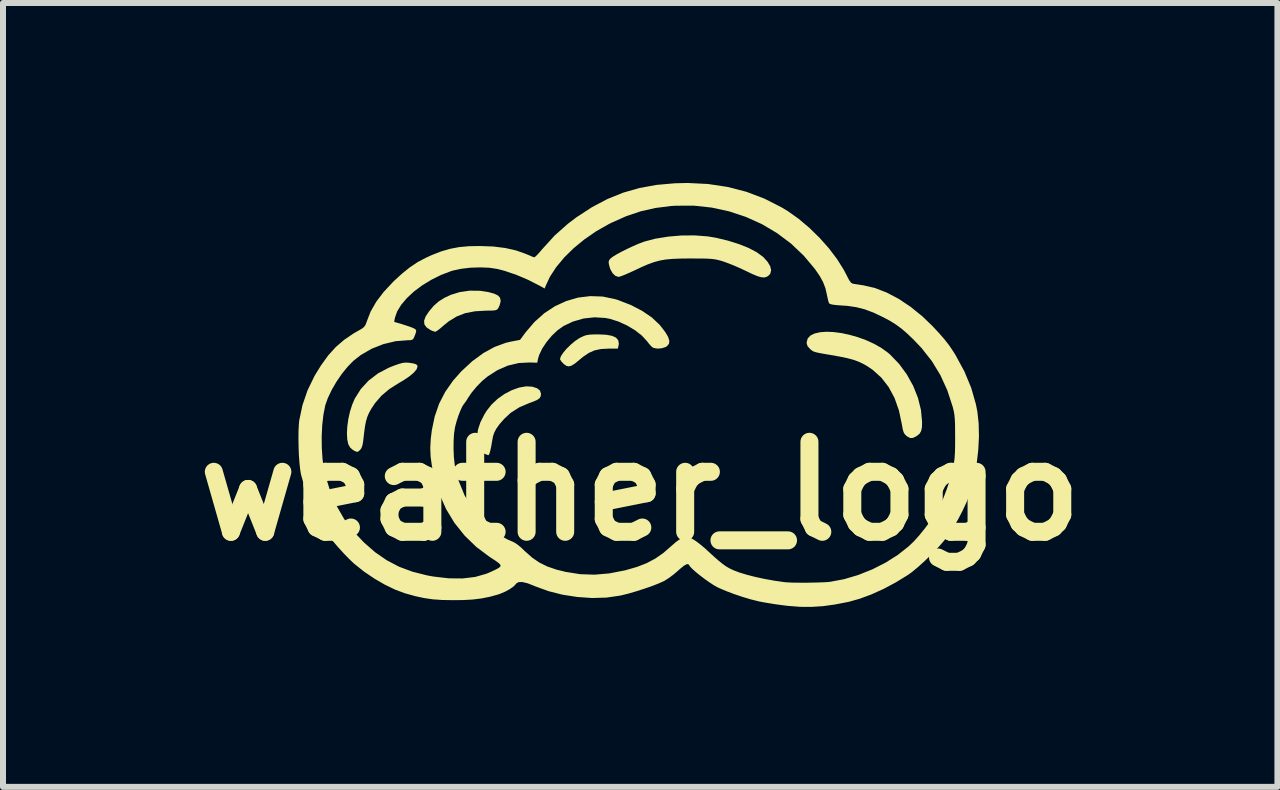
<source format=kicad_pcb>
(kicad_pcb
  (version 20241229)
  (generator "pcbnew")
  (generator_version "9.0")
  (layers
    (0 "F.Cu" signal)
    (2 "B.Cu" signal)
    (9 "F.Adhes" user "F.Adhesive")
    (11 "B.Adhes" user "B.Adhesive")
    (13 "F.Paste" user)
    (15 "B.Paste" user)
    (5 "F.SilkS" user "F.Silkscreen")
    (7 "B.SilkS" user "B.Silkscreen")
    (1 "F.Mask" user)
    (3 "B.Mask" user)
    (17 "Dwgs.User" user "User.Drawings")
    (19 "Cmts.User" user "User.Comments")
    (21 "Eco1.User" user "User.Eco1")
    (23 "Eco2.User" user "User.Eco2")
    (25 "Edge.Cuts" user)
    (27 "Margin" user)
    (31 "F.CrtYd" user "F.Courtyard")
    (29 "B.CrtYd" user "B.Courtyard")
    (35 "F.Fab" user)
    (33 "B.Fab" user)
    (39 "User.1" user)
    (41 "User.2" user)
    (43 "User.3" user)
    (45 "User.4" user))
  (footprint "weather_logo"
    (layer "F.Cu")
    (at 7.621 5.136)
    (property "Reference" "weather_logo" (at 0 0 0) (layer "F.SilkS") (effects (font (size 1.5 1.5) (thickness 0.3))))
    (attr board_only exclude_from_pos_files exclude_from_bom)
    (fp_poly (pts (xy -0.695 -2.612) (xy -0.566 -2.606) (xy -0.469 -2.588) (xy -0.403 -2.558) (xy -0.366 -2.515) (xy -0.356 -2.457) (xy -0.361 -2.426) (xy -0.372 -2.375) (xy -0.528 -2.375) (xy -0.654 -2.368) (xy -0.76 -2.346) (xy -0.857 -2.303) (xy -0.954 -2.237) (xy -1.013 -2.188) (xy -1.087 -2.127) (xy -1.144 -2.091) (xy -1.19 -2.079) (xy -1.231 -2.088) (xy -1.273 -2.118) (xy -1.282 -2.127) (xy -1.316 -2.164) (xy -1.335 -2.194) (xy -1.336 -2.201) (xy -1.322 -2.247) (xy -1.284 -2.305) (xy -1.229 -2.371) (xy -1.162 -2.437) (xy -1.091 -2.497) (xy -1.02 -2.546) (xy -0.99 -2.562) (xy -0.941 -2.585) (xy -0.899 -2.599) (xy -0.852 -2.607) (xy -0.791 -2.611) (xy -0.705 -2.612)) (stroke (width 0) (type solid)) (fill yes) (layer "F.SilkS"))
    (fp_poly (pts (xy -2.67 -3.339) (xy -2.529 -3.317) (xy -2.434 -3.291) (xy -2.371 -3.261) (xy -2.336 -3.223) (xy -2.326 -3.175) (xy -2.328 -3.153) (xy -2.343 -3.097) (xy -2.365 -3.05) (xy -2.38 -3.031) (xy -2.399 -3.019) (xy -2.429 -3.012) (xy -2.478 -3.009) (xy -2.553 -3.008) (xy -2.573 -3.008) (xy -2.756 -2.997) (xy -2.916 -2.966) (xy -3.059 -2.911) (xy -3.191 -2.83) (xy -3.283 -2.755) (xy -3.336 -2.709) (xy -3.381 -2.675) (xy -3.41 -2.657) (xy -3.415 -2.656) (xy -3.446 -2.664) (xy -3.49 -2.682) (xy -3.492 -2.683) (xy -3.56 -2.728) (xy -3.597 -2.779) (xy -3.602 -2.839) (xy -3.576 -2.911) (xy -3.522 -2.993) (xy -3.441 -3.089) (xy -3.357 -3.163) (xy -3.257 -3.225) (xy -3.155 -3.272) (xy -3.006 -3.318) (xy -2.841 -3.341)) (stroke (width 0) (type solid)) (fill yes) (layer "F.SilkS"))
    (fp_poly (pts (xy -1.795 -1.74) (xy -1.793 -1.739) (xy -1.716 -1.713) (xy -1.67 -1.675) (xy -1.654 -1.623) (xy -1.653 -1.617) (xy -1.659 -1.578) (xy -1.679 -1.547) (xy -1.719 -1.519) (xy -1.784 -1.491) (xy -1.846 -1.469) (xy -2.014 -1.397) (xy -2.161 -1.303) (xy -2.269 -1.202) (xy -2.344 -1.116) (xy -2.396 -1.044) (xy -2.431 -0.979) (xy -2.453 -0.913) (xy -2.465 -0.85) (xy -2.482 -0.75) (xy -2.499 -0.671) (xy -2.514 -0.62) (xy -2.528 -0.599) (xy -2.529 -0.598) (xy -2.552 -0.605) (xy -2.593 -0.622) (xy -2.613 -0.631) (xy -2.669 -0.666) (xy -2.704 -0.712) (xy -2.722 -0.777) (xy -2.724 -0.867) (xy -2.722 -0.902) (xy -2.703 -1.027) (xy -2.663 -1.148) (xy -2.599 -1.274) (xy -2.56 -1.338) (xy -2.477 -1.443) (xy -2.376 -1.538) (xy -2.261 -1.619) (xy -2.139 -1.683) (xy -2.017 -1.726) (xy -1.9 -1.746)) (stroke (width 0) (type solid)) (fill yes) (layer "F.SilkS"))
    (fp_poly (pts (xy -3.861 -2.14) (xy -3.852 -2.139) (xy -3.781 -2.128) (xy -3.738 -2.115) (xy -3.717 -2.099) (xy -3.712 -2.075) (xy -3.711 -2.074) (xy -3.728 -2.029) (xy -3.774 -1.974) (xy -3.848 -1.912) (xy -3.948 -1.845) (xy -4.02 -1.803) (xy -4.18 -1.702) (xy -4.311 -1.592) (xy -4.419 -1.467) (xy -4.482 -1.372) (xy -4.52 -1.304) (xy -4.549 -1.236) (xy -4.571 -1.162) (xy -4.588 -1.072) (xy -4.603 -0.958) (xy -4.609 -0.906) (xy -4.619 -0.819) (xy -4.631 -0.759) (xy -4.646 -0.718) (xy -4.665 -0.691) (xy -4.695 -0.662) (xy -4.717 -0.654) (xy -4.75 -0.664) (xy -4.758 -0.668) (xy -4.794 -0.69) (xy -4.834 -0.726) (xy -4.836 -0.728) (xy -4.866 -0.783) (xy -4.883 -0.863) (xy -4.888 -0.964) (xy -4.882 -1.078) (xy -4.865 -1.2) (xy -4.838 -1.322) (xy -4.801 -1.439) (xy -4.757 -1.542) (xy -4.656 -1.702) (xy -4.527 -1.842) (xy -4.372 -1.961) (xy -4.19 -2.057) (xy -4.101 -2.092) (xy -4.018 -2.121) (xy -3.958 -2.137) (xy -3.909 -2.142)) (stroke (width 0) (type solid)) (fill yes) (layer "F.SilkS"))
    (fp_poly (pts (xy 3.225 -2.651) (xy 3.354 -2.634) (xy 3.49 -2.605) (xy 3.627 -2.566) (xy 3.763 -2.517) (xy 3.894 -2.457) (xy 4.016 -2.389) (xy 4.125 -2.311) (xy 4.167 -2.275) (xy 4.317 -2.119) (xy 4.445 -1.944) (xy 4.551 -1.753) (xy 4.63 -1.555) (xy 4.68 -1.353) (xy 4.699 -1.153) (xy 4.699 -1.153) (xy 4.697 -1.064) (xy 4.683 -1.001) (xy 4.656 -0.955) (xy 4.611 -0.919) (xy 4.603 -0.914) (xy 4.546 -0.886) (xy 4.5 -0.885) (xy 4.452 -0.91) (xy 4.436 -0.923) (xy 4.409 -0.95) (xy 4.391 -0.982) (xy 4.377 -1.029) (xy 4.364 -1.1) (xy 4.362 -1.112) (xy 4.313 -1.344) (xy 4.24 -1.552) (xy 4.142 -1.734) (xy 4.021 -1.89) (xy 3.877 -2.02) (xy 3.786 -2.082) (xy 3.708 -2.126) (xy 3.631 -2.161) (xy 3.547 -2.191) (xy 3.448 -2.217) (xy 3.326 -2.242) (xy 3.224 -2.261) (xy 3.109 -2.28) (xy 3.023 -2.295) (xy 2.961 -2.307) (xy 2.918 -2.318) (xy 2.889 -2.328) (xy 2.867 -2.34) (xy 2.848 -2.355) (xy 2.829 -2.372) (xy 2.79 -2.416) (xy 2.776 -2.461) (xy 2.775 -2.482) (xy 2.793 -2.545) (xy 2.838 -2.593) (xy 2.907 -2.627) (xy 2.998 -2.648) (xy 3.105 -2.656)) (stroke (width 0) (type solid)) (fill yes) (layer "F.SilkS"))
    (fp_poly (pts (xy 1.123 -4.246) (xy 1.262 -4.223) (xy 1.466 -4.174) (xy 1.65 -4.116) (xy 1.811 -4.051) (xy 1.944 -3.981) (xy 2.046 -3.906) (xy 2.052 -3.901) (xy 2.123 -3.823) (xy 2.167 -3.749) (xy 2.183 -3.682) (xy 2.169 -3.625) (xy 2.148 -3.599) (xy 2.112 -3.573) (xy 2.071 -3.561) (xy 2.021 -3.564) (xy 1.957 -3.582) (xy 1.872 -3.617) (xy 1.768 -3.667) (xy 1.669 -3.714) (xy 1.565 -3.759) (xy 1.467 -3.798) (xy 1.387 -3.827) (xy 1.381 -3.829) (xy 1.327 -3.845) (xy 1.279 -3.857) (xy 1.232 -3.865) (xy 1.179 -3.871) (xy 1.114 -3.875) (xy 1.03 -3.877) (xy 0.921 -3.877) (xy 0.844 -3.878) (xy 0.681 -3.876) (xy 0.546 -3.871) (xy 0.43 -3.861) (xy 0.327 -3.843) (xy 0.228 -3.816) (xy 0.126 -3.779) (xy 0.014 -3.73) (xy -0.083 -3.684) (xy -0.17 -3.644) (xy -0.248 -3.61) (xy -0.311 -3.585) (xy -0.353 -3.572) (xy -0.361 -3.571) (xy -0.412 -3.587) (xy -0.46 -3.632) (xy -0.497 -3.698) (xy -0.507 -3.726) (xy -0.523 -3.788) (xy -0.525 -3.829) (xy -0.51 -3.86) (xy -0.488 -3.883) (xy -0.448 -3.912) (xy -0.383 -3.951) (xy -0.3 -3.996) (xy -0.207 -4.042) (xy -0.112 -4.086) (xy -0.022 -4.125) (xy 0.055 -4.154) (xy 0.065 -4.158) (xy 0.256 -4.208) (xy 0.468 -4.242) (xy 0.69 -4.261) (xy 0.912 -4.262)) (stroke (width 0) (type solid)) (fill yes) (layer "F.SilkS"))
    (fp_poly (pts (xy 1.131 -5.119) (xy 1.457 -5.07) (xy 1.771 -4.989) (xy 2.071 -4.875) (xy 2.356 -4.73) (xy 2.462 -4.666) (xy 2.642 -4.538) (xy 2.819 -4.389) (xy 2.989 -4.223) (xy 3.145 -4.048) (xy 3.281 -3.868) (xy 3.393 -3.69) (xy 3.443 -3.594) (xy 3.481 -3.52) (xy 3.513 -3.476) (xy 3.54 -3.458) (xy 3.542 -3.458) (xy 3.577 -3.452) (xy 3.635 -3.443) (xy 3.705 -3.432) (xy 3.72 -3.43) (xy 3.912 -3.386) (xy 4.11 -3.309) (xy 4.31 -3.204) (xy 4.51 -3.07) (xy 4.705 -2.912) (xy 4.872 -2.751) (xy 4.984 -2.631) (xy 5.075 -2.526) (xy 5.152 -2.427) (xy 5.221 -2.324) (xy 5.256 -2.268) (xy 5.404 -1.995) (xy 5.518 -1.721) (xy 5.596 -1.448) (xy 5.621 -1.32) (xy 5.642 -1.126) (xy 5.647 -0.91) (xy 5.635 -0.681) (xy 5.608 -0.45) (xy 5.567 -0.224) (xy 5.513 -0.012) (xy 5.49 0.06) (xy 5.441 0.184) (xy 5.375 0.325) (xy 5.299 0.472) (xy 5.216 0.614) (xy 5.14 0.73) (xy 5.065 0.827) (xy 4.97 0.936) (xy 4.861 1.05) (xy 4.746 1.162) (xy 4.632 1.265) (xy 4.527 1.352) (xy 4.459 1.4) (xy 4.264 1.52) (xy 4.06 1.629) (xy 3.857 1.721) (xy 3.66 1.794) (xy 3.479 1.845) (xy 3.47 1.847) (xy 3.248 1.89) (xy 3.047 1.918) (xy 2.856 1.93) (xy 2.664 1.929) (xy 2.462 1.913) (xy 2.349 1.899) (xy 2.246 1.885) (xy 2.142 1.868) (xy 2.048 1.852) (xy 1.977 1.838) (xy 1.973 1.837) (xy 1.845 1.805) (xy 1.704 1.763) (xy 1.562 1.715) (xy 1.43 1.665) (xy 1.318 1.617) (xy 1.289 1.603) (xy 1.226 1.568) (xy 1.153 1.52) (xy 1.074 1.464) (xy 0.996 1.405) (xy 0.926 1.348) (xy 0.869 1.297) (xy 0.831 1.257) (xy 0.82 1.24) (xy 0.803 1.218) (xy 0.775 1.219) (xy 0.732 1.242) (xy 0.671 1.291) (xy 0.627 1.33) (xy 0.558 1.389) (xy 0.483 1.445) (xy 0.415 1.489) (xy 0.396 1.5) (xy 0.309 1.539) (xy 0.197 1.583) (xy 0.069 1.627) (xy -0.064 1.67) (xy -0.194 1.708) (xy -0.311 1.737) (xy -0.34 1.743) (xy -0.562 1.775) (xy -0.801 1.782) (xy -1.048 1.765) (xy -1.294 1.727) (xy -1.531 1.667) (xy -1.752 1.586) (xy -1.763 1.581) (xy -1.875 1.537) (xy -1.961 1.516) (xy -2.024 1.516) (xy -2.065 1.539) (xy -2.072 1.549) (xy -2.111 1.59) (xy -2.175 1.635) (xy -2.254 1.678) (xy -2.341 1.714) (xy -2.37 1.724) (xy -2.508 1.762) (xy -2.644 1.789) (xy -2.788 1.807) (xy -2.949 1.816) (xy -3.122 1.818) (xy -3.3 1.815) (xy -3.456 1.804) (xy -3.6 1.783) (xy -3.745 1.752) (xy -3.904 1.708) (xy -3.923 1.703) (xy -4.083 1.643) (xy -4.255 1.56) (xy -4.431 1.458) (xy -4.601 1.343) (xy -4.757 1.219) (xy -4.776 1.203) (xy -4.849 1.133) (xy -4.936 1.044) (xy -5.028 0.943) (xy -5.118 0.839) (xy -5.198 0.741) (xy -5.257 0.663) (xy -5.332 0.544) (xy -5.407 0.4) (xy -5.481 0.237) (xy -5.548 0.066) (xy -5.606 -0.106) (xy -5.651 -0.269) (xy -5.656 -0.29) (xy -5.669 -0.371) (xy -5.68 -0.479) (xy -5.689 -0.604) (xy -5.694 -0.738) (xy -5.696 -0.872) (xy -5.696 -0.91) (xy -5.309 -0.91) (xy -5.307 -0.72) (xy -5.295 -0.536) (xy -5.273 -0.37) (xy -5.252 -0.275) (xy -5.169 -0.006) (xy -5.065 0.238) (xy -4.937 0.461) (xy -4.782 0.668) (xy -4.606 0.855) (xy -4.418 1.019) (xy -4.224 1.153) (xy -4.018 1.261) (xy -3.794 1.344) (xy -3.548 1.406) (xy -3.441 1.425) (xy -3.189 1.454) (xy -2.959 1.456) (xy -2.751 1.431) (xy -2.565 1.378) (xy -2.498 1.35) (xy -2.414 1.311) (xy -2.358 1.281) (xy -2.329 1.256) (xy -2.329 1.231) (xy -2.356 1.201) (xy -2.411 1.161) (xy -2.495 1.106) (xy -2.508 1.098) (xy -2.731 0.931) (xy -2.926 0.742) (xy -3.095 0.531) (xy -3.235 0.3) (xy -3.347 0.047) (xy -3.432 -0.227) (xy -3.472 -0.421) (xy -3.493 -0.573) (xy -3.499 -0.717) (xy -3.491 -0.868) (xy -3.473 -1.014) (xy -3.425 -1.244) (xy -3.352 -1.456) (xy -3.251 -1.652) (xy -3.12 -1.84) (xy -2.98 -1.998) (xy -2.799 -2.165) (xy -2.615 -2.3) (xy -2.427 -2.403) (xy -2.239 -2.472) (xy -2.158 -2.491) (xy -2.002 -2.521) (xy -1.91 -2.646) (xy -1.762 -2.819) (xy -1.598 -2.965) (xy -1.42 -3.082) (xy -1.23 -3.169) (xy -1.033 -3.226) (xy -0.831 -3.25) (xy -0.626 -3.243) (xy -0.422 -3.201) (xy -0.37 -3.185) (xy -0.153 -3.101) (xy 0.035 -3.003) (xy 0.195 -2.894) (xy 0.323 -2.773) (xy 0.342 -2.75) (xy 0.418 -2.651) (xy 0.466 -2.57) (xy 0.486 -2.506) (xy 0.48 -2.455) (xy 0.447 -2.416) (xy 0.423 -2.401) (xy 0.36 -2.381) (xy 0.289 -2.375) (xy 0.226 -2.386) (xy 0.212 -2.392) (xy 0.184 -2.415) (xy 0.146 -2.457) (xy 0.114 -2.499) (xy 0.028 -2.592) (xy -0.085 -2.681) (xy -0.217 -2.76) (xy -0.359 -2.825) (xy -0.504 -2.871) (xy -0.581 -2.886) (xy -0.761 -2.897) (xy -0.944 -2.877) (xy -1.121 -2.826) (xy -1.277 -2.752) (xy -1.377 -2.681) (xy -1.474 -2.589) (xy -1.561 -2.484) (xy -1.634 -2.374) (xy -1.685 -2.266) (xy -1.703 -2.205) (xy -1.716 -2.14) (xy -1.841 -2.144) (xy -2.025 -2.135) (xy -2.202 -2.093) (xy -2.374 -2.019) (xy -2.542 -1.912) (xy -2.634 -1.836) (xy -2.727 -1.741) (xy -2.81 -1.641) (xy -2.867 -1.557) (xy -2.899 -1.505) (xy -2.931 -1.461) (xy -2.939 -1.451) (xy -2.966 -1.409) (xy -2.997 -1.342) (xy -3.029 -1.259) (xy -3.059 -1.168) (xy -3.083 -1.079) (xy -3.088 -1.055) (xy -3.103 -0.954) (xy -3.11 -0.83) (xy -3.111 -0.696) (xy -3.105 -0.563) (xy -3.092 -0.443) (xy -3.086 -0.405) (xy -3.022 -0.161) (xy -2.927 0.071) (xy -2.801 0.287) (xy -2.8 0.288) (xy -2.7 0.417) (xy -2.584 0.54) (xy -2.458 0.65) (xy -2.329 0.742) (xy -2.204 0.81) (xy -2.165 0.826) (xy -2.108 0.851) (xy -2.053 0.885) (xy -1.993 0.934) (xy -1.919 1.004) (xy -1.913 1.009) (xy -1.798 1.111) (xy -1.679 1.192) (xy -1.547 1.257) (xy -1.395 1.309) (xy -1.24 1.347) (xy -1 1.385) (xy -0.76 1.393) (xy -0.515 1.372) (xy -0.257 1.322) (xy -0.242 1.318) (xy -0.054 1.264) (xy 0.106 1.202) (xy 0.25 1.126) (xy 0.384 1.033) (xy 0.514 0.92) (xy 0.597 0.848) (xy 0.667 0.798) (xy 0.719 0.772) (xy 0.761 0.762) (xy 0.795 0.764) (xy 0.836 0.779) (xy 0.881 0.803) (xy 0.931 0.835) (xy 0.998 0.886) (xy 1.071 0.946) (xy 1.133 1.003) (xy 1.231 1.093) (xy 1.31 1.162) (xy 1.376 1.215) (xy 1.435 1.257) (xy 1.493 1.29) (xy 1.552 1.318) (xy 1.648 1.355) (xy 1.772 1.393) (xy 1.916 1.43) (xy 2.073 1.464) (xy 2.234 1.493) (xy 2.393 1.516) (xy 2.419 1.519) (xy 2.478 1.523) (xy 2.565 1.526) (xy 2.669 1.527) (xy 2.783 1.527) (xy 2.897 1.525) (xy 3.004 1.522) (xy 3.094 1.518) (xy 3.16 1.513) (xy 3.166 1.512) (xy 3.4 1.468) (xy 3.636 1.398) (xy 3.869 1.305) (xy 4.09 1.193) (xy 4.294 1.064) (xy 4.474 0.922) (xy 4.562 0.838) (xy 4.654 0.735) (xy 4.751 0.615) (xy 4.844 0.489) (xy 4.926 0.366) (xy 4.989 0.256) (xy 4.991 0.253) (xy 5.051 0.124) (xy 5.109 -0.027) (xy 5.162 -0.188) (xy 5.206 -0.347) (xy 5.219 -0.405) (xy 5.231 -0.471) (xy 5.24 -0.543) (xy 5.246 -0.627) (xy 5.249 -0.73) (xy 5.25 -0.86) (xy 5.25 -0.906) (xy 5.249 -1.032) (xy 5.248 -1.129) (xy 5.244 -1.205) (xy 5.238 -1.267) (xy 5.23 -1.321) (xy 5.217 -1.375) (xy 5.209 -1.406) (xy 5.119 -1.681) (xy 5.004 -1.933) (xy 4.862 -2.167) (xy 4.689 -2.386) (xy 4.554 -2.528) (xy 4.448 -2.629) (xy 4.355 -2.709) (xy 4.265 -2.775) (xy 4.168 -2.836) (xy 4.054 -2.897) (xy 4.051 -2.898) (xy 3.89 -2.975) (xy 3.743 -3.03) (xy 3.6 -3.066) (xy 3.451 -3.088) (xy 3.372 -3.093) (xy 3.275 -3.1) (xy 3.208 -3.108) (xy 3.168 -3.118) (xy 3.149 -3.13) (xy 3.149 -3.13) (xy 3.138 -3.16) (xy 3.125 -3.213) (xy 3.113 -3.27) (xy 3.088 -3.381) (xy 3.049 -3.483) (xy 2.992 -3.587) (xy 2.913 -3.702) (xy 2.726 -3.925) (xy 2.515 -4.125) (xy 2.282 -4.3) (xy 2.031 -4.449) (xy 1.763 -4.57) (xy 1.483 -4.663) (xy 1.192 -4.726) (xy 0.894 -4.758) (xy 0.591 -4.757) (xy 0.512 -4.752) (xy 0.252 -4.719) (xy 0.006 -4.663) (xy -0.234 -4.582) (xy -0.478 -4.473) (xy -0.528 -4.448) (xy -0.737 -4.329) (xy -0.932 -4.194) (xy -1.11 -4.048) (xy -1.267 -3.893) (xy -1.4 -3.733) (xy -1.505 -3.572) (xy -1.577 -3.417) (xy -1.592 -3.377) (xy -1.671 -3.421) (xy -1.867 -3.521) (xy -2.067 -3.606) (xy -2.262 -3.672) (xy -2.381 -3.703) (xy -2.514 -3.723) (xy -2.667 -3.729) (xy -2.827 -3.724) (xy -2.981 -3.706) (xy -3.117 -3.677) (xy -3.149 -3.668) (xy -3.319 -3.603) (xy -3.482 -3.522) (xy -3.634 -3.429) (xy -3.771 -3.327) (xy -3.888 -3.218) (xy -3.983 -3.106) (xy -4.051 -2.995) (xy -4.089 -2.887) (xy -4.089 -2.883) (xy -4.101 -2.821) (xy -3.946 -2.775) (xy -3.873 -2.751) (xy -3.81 -2.729) (xy -3.767 -2.71) (xy -3.757 -2.704) (xy -3.738 -2.687) (xy -3.733 -2.668) (xy -3.741 -2.636) (xy -3.755 -2.597) (xy -3.775 -2.549) (xy -3.795 -2.525) (xy -3.826 -2.516) (xy -3.871 -2.515) (xy -4.076 -2.499) (xy -4.28 -2.45) (xy -4.476 -2.373) (xy -4.656 -2.269) (xy -4.779 -2.173) (xy -4.874 -2.076) (xy -4.971 -1.957) (xy -5.062 -1.824) (xy -5.142 -1.686) (xy -5.206 -1.552) (xy -5.249 -1.431) (xy -5.25 -1.426) (xy -5.28 -1.273) (xy -5.3 -1.098) (xy -5.309 -0.91) (xy -5.696 -0.91) (xy -5.695 -0.998) (xy -5.69 -1.106) (xy -5.683 -1.179) (xy -5.629 -1.433) (xy -5.545 -1.679) (xy -5.428 -1.92) (xy -5.32 -2.096) (xy -5.199 -2.263) (xy -5.073 -2.402) (xy -4.935 -2.521) (xy -4.776 -2.629) (xy -4.699 -2.673) (xy -4.639 -2.707) (xy -4.603 -2.736) (xy -4.58 -2.768) (xy -4.562 -2.813) (xy -4.556 -2.832) (xy -4.492 -2.995) (xy -4.399 -3.157) (xy -4.276 -3.319) (xy -4.121 -3.485) (xy -4.103 -3.503) (xy -3.965 -3.629) (xy -3.838 -3.731) (xy -3.711 -3.816) (xy -3.575 -3.888) (xy -3.47 -3.936) (xy -3.315 -3.996) (xy -3.167 -4.039) (xy -3.018 -4.067) (xy -2.855 -4.082) (xy -2.674 -4.085) (xy -2.448 -4.077) (xy -2.248 -4.052) (xy -2.068 -4.011) (xy -1.915 -3.957) (xy -1.852 -3.931) (xy -1.801 -3.909) (xy -1.771 -3.897) (xy -1.768 -3.896) (xy -1.75 -3.906) (xy -1.716 -3.938) (xy -1.671 -3.988) (xy -1.627 -4.039) (xy -1.428 -4.258) (xy -1.205 -4.456) (xy -1.058 -4.567) (xy -0.803 -4.733) (xy -0.547 -4.868) (xy -0.285 -4.974) (xy -0.013 -5.052) (xy 0.273 -5.104) (xy 0.579 -5.131) (xy 0.792 -5.136)) (stroke (width 0) (type solid)) (fill yes) (layer "F.SilkS")))
  (gr_rect
    (start -3 -3)
    (end 18.243 10.066)
    (stroke (width 0.1) (type default))
    (fill no)
    (layer "Edge.Cuts")))
</source>
